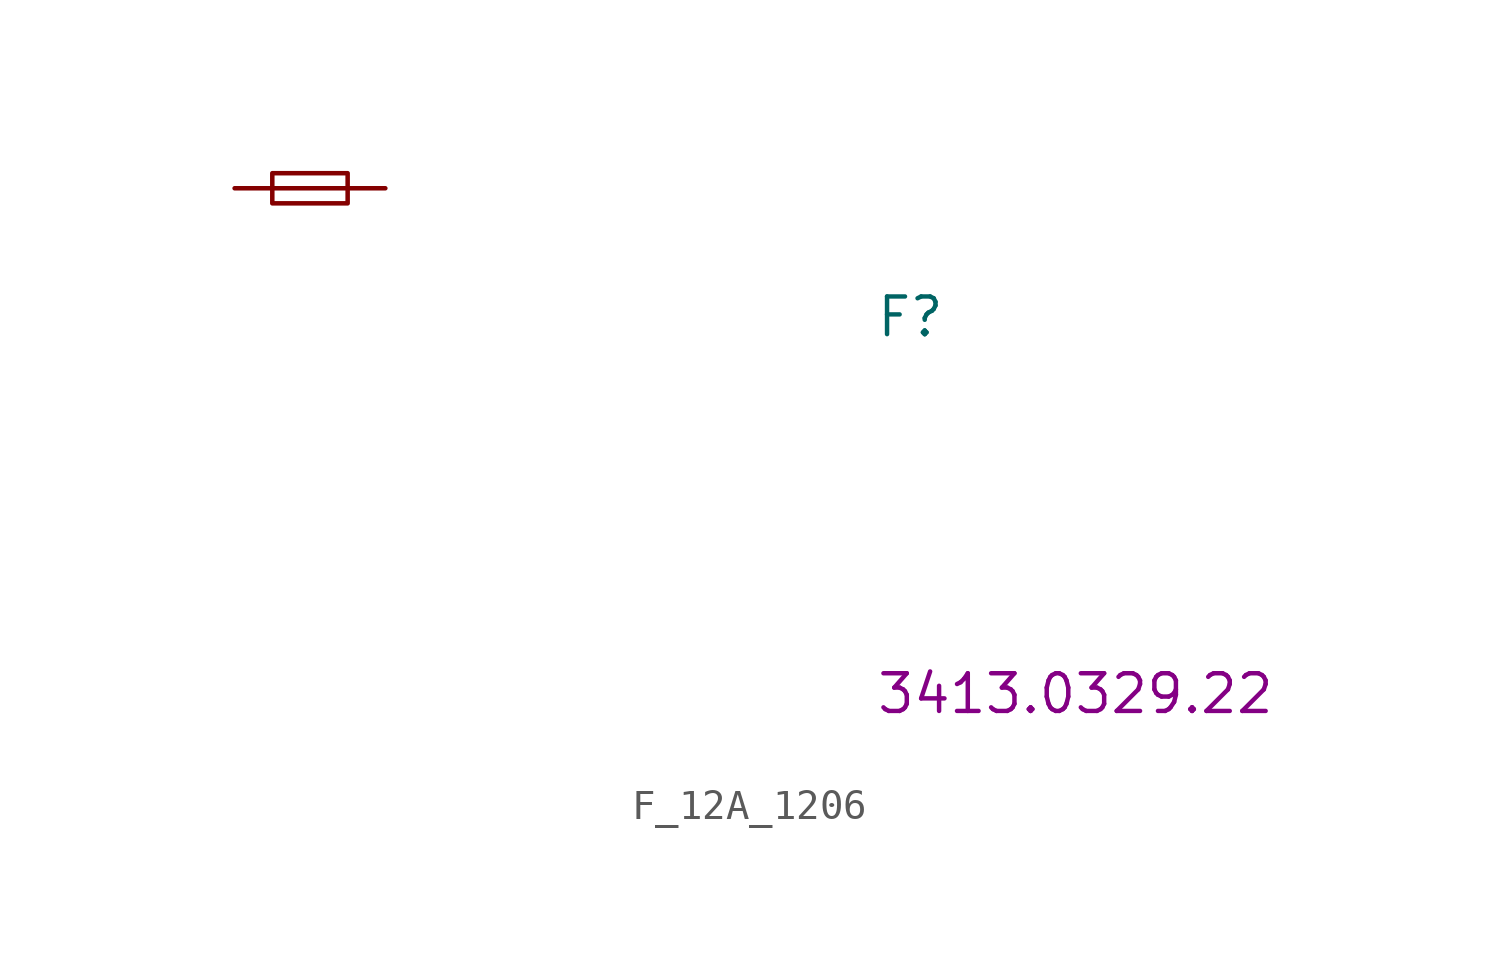
<source format=kicad_sym>
(kicad_symbol_lib
  (version 20211014)
  (generator kicad_symbol_editor)
  (symbol "F_12A_1206"
    (pin_numbers hide)
    (pin_names hide)
    (property "Reference" "F"
      (at 21.59 -5.08 0)
      (effects (font (size 1.27 1.27) (thickness 0.15)) (justify left bottom)))
    (property "MPN" "3413.0329.22"
      (at 21.59 -17.78 0)
      (effects (font (size 1.27 1.27) (thickness 0.15)) (justify left bottom)))
    (symbol "F_12A_1206_0_1"
      (polyline (pts (xy 1.27 0) (xy 3.81 0)) (stroke (width 0) (type default) (color 0 0 0 0)) (fill (type none)))
      (rectangle (start 1.27 0.508) (end 3.81 -0.508) (stroke (width 0) (type default) (color 0 0 0 0)) (fill (type none))))
    (symbol "F_12A_1206_1_1"
      (pin passive line (at 0 0 0) (length 1.27) (name "~" (effects (font (size 1.27 1.27)))) (number "1" (effects (font (size 1.27 1.27)))))
      (pin passive line (at 5.08 0 180) (length 1.27) (name "~" (effects (font (size 1.27 1.27)))) (number "2" (effects (font (size 1.27 1.27))))))))
</source>
